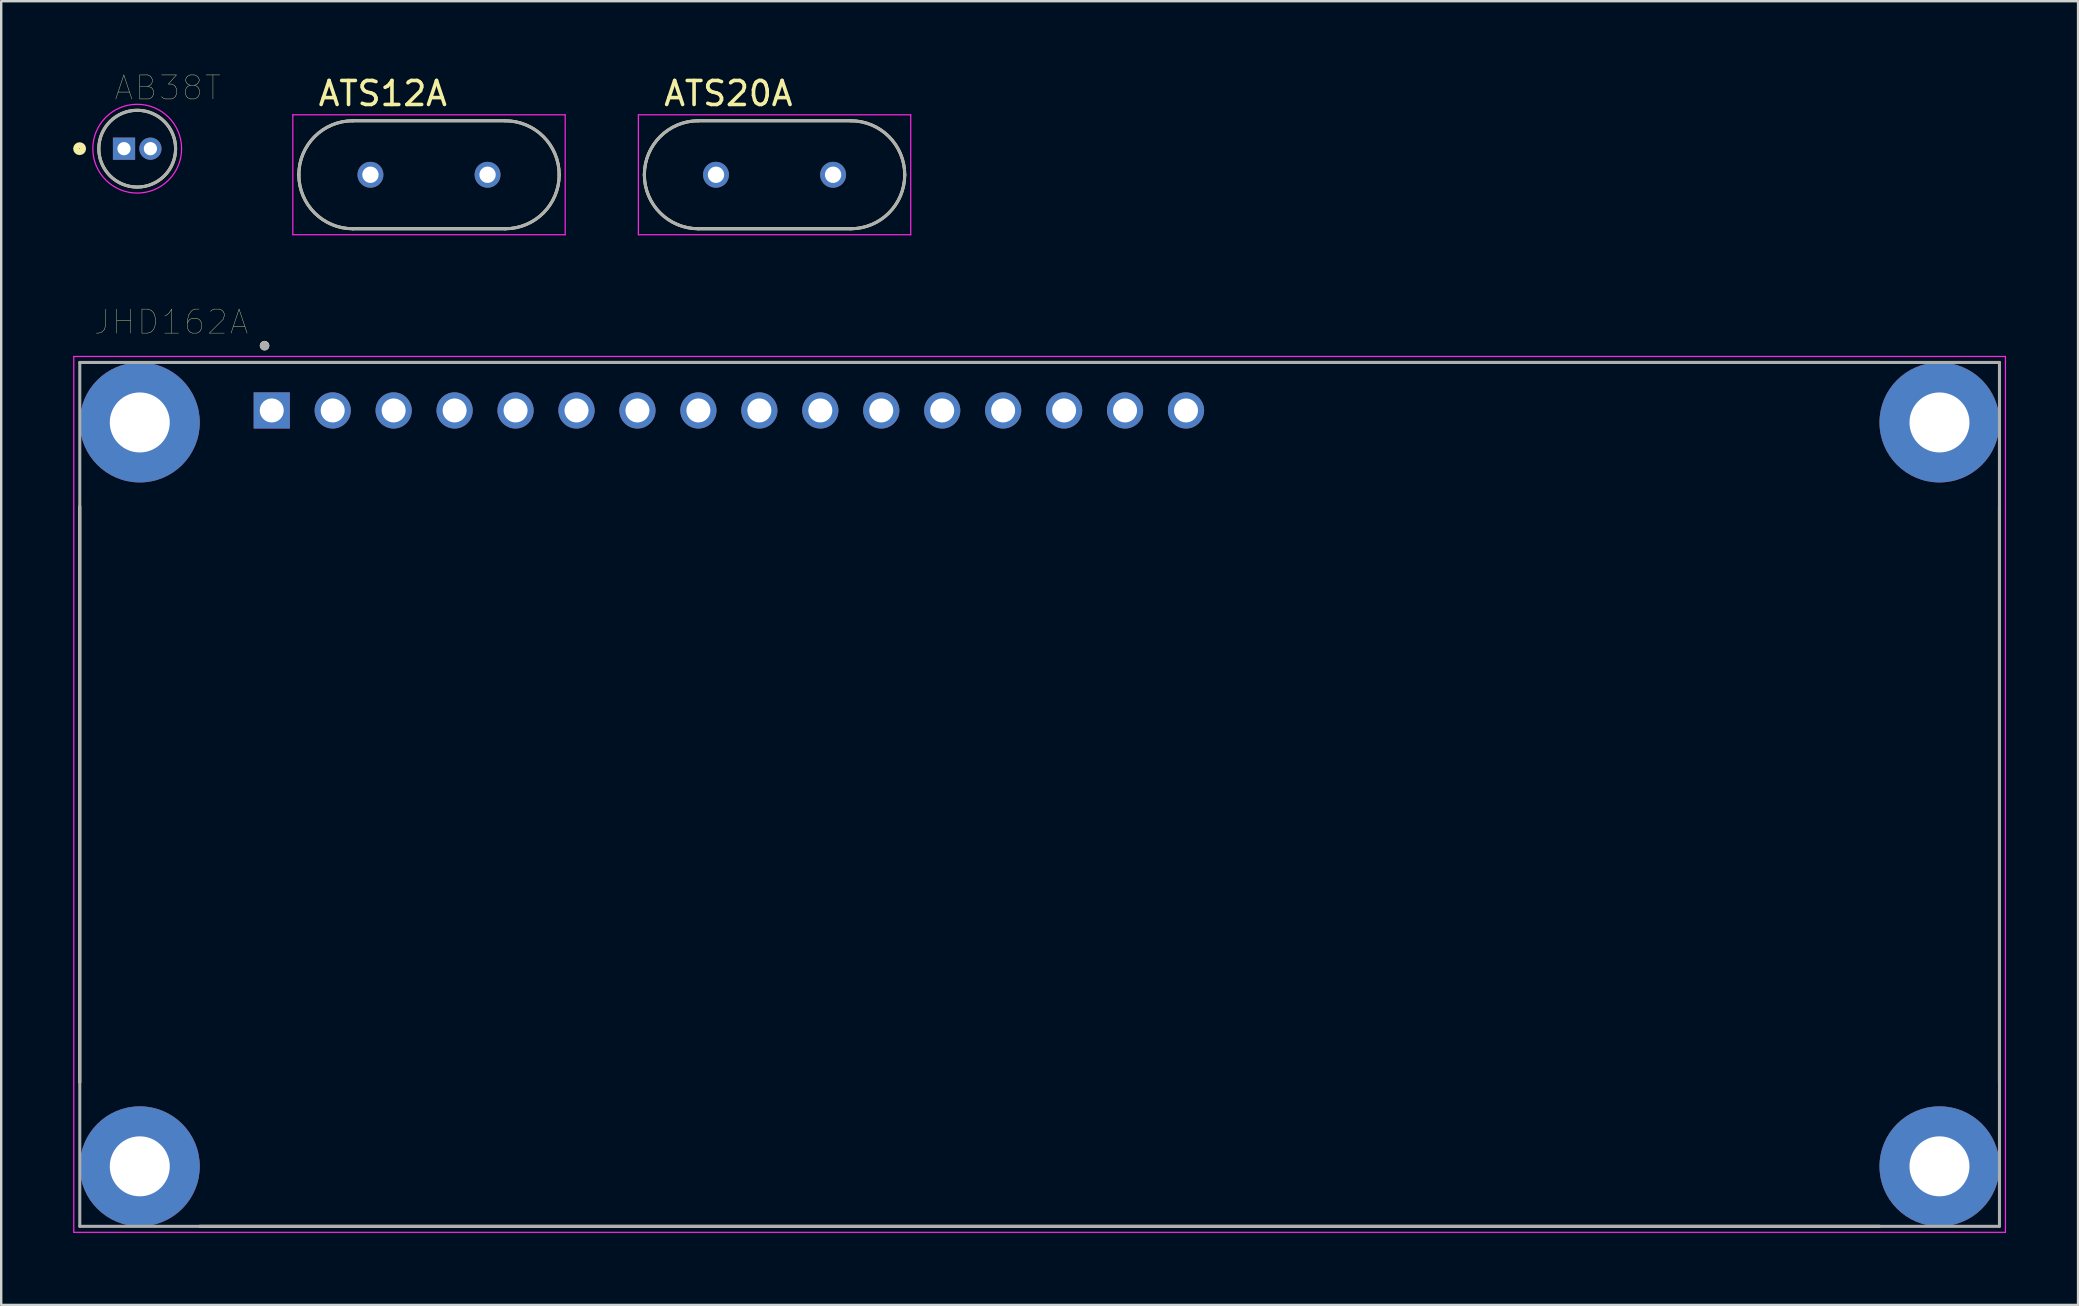
<source format=kicad_pcb>
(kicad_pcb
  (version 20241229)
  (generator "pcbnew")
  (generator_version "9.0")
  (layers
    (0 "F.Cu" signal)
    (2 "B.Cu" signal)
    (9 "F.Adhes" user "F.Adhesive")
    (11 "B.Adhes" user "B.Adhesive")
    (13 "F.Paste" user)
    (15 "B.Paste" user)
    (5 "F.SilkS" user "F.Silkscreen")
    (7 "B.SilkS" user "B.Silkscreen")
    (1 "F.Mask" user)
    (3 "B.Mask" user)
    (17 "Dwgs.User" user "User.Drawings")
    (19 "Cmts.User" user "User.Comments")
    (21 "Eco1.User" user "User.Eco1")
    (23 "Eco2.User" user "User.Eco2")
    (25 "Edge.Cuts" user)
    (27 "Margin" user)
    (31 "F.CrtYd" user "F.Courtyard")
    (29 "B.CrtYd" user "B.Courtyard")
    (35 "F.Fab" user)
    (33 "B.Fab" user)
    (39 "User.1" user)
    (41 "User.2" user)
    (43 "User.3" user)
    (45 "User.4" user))
  (footprint "ATS12A"
    (layer "F.Cu")
    (at 14.828 4.233)
    (property "Reference" "ATS12A" (at -1.925 -3.385 0) (layer "F.SilkS") (effects (font (size 1 1) (thickness 0.15))))
    (attr through_hole)
    (fp_line (start -3.175 -2.25) (end 3.175 -2.25) (stroke (width 0.127) (type solid)) (layer "F.SilkS"))
    (fp_line (start 3.175 2.25) (end -3.175 2.25) (stroke (width 0.127) (type solid)) (layer "F.SilkS"))
    (fp_arc (start -5.425 0) (mid -4.76599 -1.59099) (end -3.175 -2.25) (stroke (width 0.127) (type solid)) (layer "F.SilkS"))
    (fp_arc (start -3.175 2.25) (mid -4.76599 1.59099) (end -5.425 0) (stroke (width 0.127) (type solid)) (layer "F.SilkS"))
    (fp_arc (start 3.175 -2.25) (mid 4.76599 -1.59099) (end 5.425 0) (stroke (width 0.127) (type solid)) (layer "F.SilkS"))
    (fp_arc (start 5.425 0) (mid 4.76599 1.59099) (end 3.175 2.25) (stroke (width 0.127) (type solid)) (layer "F.SilkS"))
    (fp_line (start -5.675 -2.5) (end 5.675 -2.5) (stroke (width 0.05) (type solid)) (layer "F.CrtYd"))
    (fp_line (start -5.675 2.5) (end -5.675 -2.5) (stroke (width 0.05) (type solid)) (layer "F.CrtYd"))
    (fp_line (start 5.675 -2.5) (end 5.675 2.5) (stroke (width 0.05) (type solid)) (layer "F.CrtYd"))
    (fp_line (start 5.675 2.5) (end -5.675 2.5) (stroke (width 0.05) (type solid)) (layer "F.CrtYd"))
    (fp_line (start -3.175 -2.25) (end 3.175 -2.25) (stroke (width 0.127) (type solid)) (layer "F.Fab"))
    (fp_line (start 3.175 2.25) (end -3.175 2.25) (stroke (width 0.127) (type solid)) (layer "F.Fab"))
    (fp_arc (start -5.425 0) (mid -4.76599 -1.59099) (end -3.175 -2.25) (stroke (width 0.127) (type solid)) (layer "F.Fab"))
    (fp_arc (start -3.175 2.25) (mid -4.76599 1.59099) (end -5.425 0) (stroke (width 0.127) (type solid)) (layer "F.Fab"))
    (fp_arc (start 3.175 -2.25) (mid 4.76599 -1.59099) (end 5.425 0) (stroke (width 0.127) (type solid)) (layer "F.Fab"))
    (fp_arc (start 5.425 0) (mid 4.76599 1.59099) (end 3.175 2.25) (stroke (width 0.127) (type solid)) (layer "F.Fab"))
    (pad "1" thru_hole circle (at -2.44 0) (size 1.08 1.08) (drill 0.68) (layers "*.Cu" "*.Mask"))
    (pad "2" thru_hole circle (at 2.44 0) (size 1.08 1.08) (drill 0.68) (layers "*.Cu" "*.Mask")))
  (footprint "AB38T"
    (layer "F.Cu")
    (at 2.668 3.146)
    (property "Reference" "AB38T" (at 1.275 -2.535 0) (layer "F.SilkS") (effects (font (size 1 1) (thickness 0.015))))
    (attr through_hole)
    (fp_circle (center -2.4 0) (end -2.259 0) (stroke (width 0.254) (type solid)) (fill no) (layer "F.SilkS"))
    (fp_circle (center 0 0) (end 1.6 0) (stroke (width 0.127) (type solid)) (fill no) (layer "F.SilkS"))
    (fp_circle (center 0 0) (end 1.85 0) (stroke (width 0.05) (type solid)) (fill no) (layer "F.CrtYd"))
    (fp_circle (center 0 0) (end 1.6 0) (stroke (width 0.127) (type solid)) (fill no) (layer "F.Fab"))
    (pad "1" thru_hole rect (at -0.55 0) (size 0.925 0.925) (drill 0.55) (layers "*.Cu" "*.Mask"))
    (pad "2" thru_hole circle (at 0.55 0) (size 0.925 0.925) (drill 0.55) (layers "*.Cu" "*.Mask")))
  (footprint "ATS20A"
    (layer "F.Cu")
    (at 29.228 4.233)
    (property "Reference" "ATS20A" (at -1.925 -3.385 0) (layer "F.SilkS") (effects (font (size 1 1) (thickness 0.15))))
    (attr through_hole)
    (fp_line (start -3.175 -2.25) (end 3.175 -2.25) (stroke (width 0.127) (type solid)) (layer "F.SilkS"))
    (fp_line (start 3.175 2.25) (end -3.175 2.25) (stroke (width 0.127) (type solid)) (layer "F.SilkS"))
    (fp_arc (start -5.425 0) (mid -4.76599 -1.59099) (end -3.175 -2.25) (stroke (width 0.127) (type solid)) (layer "F.SilkS"))
    (fp_arc (start -3.175 2.25) (mid -4.76599 1.59099) (end -5.425 0) (stroke (width 0.127) (type solid)) (layer "F.SilkS"))
    (fp_arc (start 3.175 -2.25) (mid 4.76599 -1.59099) (end 5.425 0) (stroke (width 0.127) (type solid)) (layer "F.SilkS"))
    (fp_arc (start 5.425 0) (mid 4.76599 1.59099) (end 3.175 2.25) (stroke (width 0.127) (type solid)) (layer "F.SilkS"))
    (fp_line (start -5.675 -2.5) (end 5.675 -2.5) (stroke (width 0.05) (type solid)) (layer "F.CrtYd"))
    (fp_line (start -5.675 2.5) (end -5.675 -2.5) (stroke (width 0.05) (type solid)) (layer "F.CrtYd"))
    (fp_line (start 5.675 -2.5) (end 5.675 2.5) (stroke (width 0.05) (type solid)) (layer "F.CrtYd"))
    (fp_line (start 5.675 2.5) (end -5.675 2.5) (stroke (width 0.05) (type solid)) (layer "F.CrtYd"))
    (fp_line (start -3.175 -2.25) (end 3.175 -2.25) (stroke (width 0.127) (type solid)) (layer "F.Fab"))
    (fp_line (start 3.175 2.25) (end -3.175 2.25) (stroke (width 0.127) (type solid)) (layer "F.Fab"))
    (fp_arc (start -5.425 0) (mid -4.76599 -1.59099) (end -3.175 -2.25) (stroke (width 0.127) (type solid)) (layer "F.Fab"))
    (fp_arc (start -3.175 2.25) (mid -4.76599 1.59099) (end -5.425 0) (stroke (width 0.127) (type solid)) (layer "F.Fab"))
    (fp_arc (start 3.175 -2.25) (mid 4.76599 -1.59099) (end 5.425 0) (stroke (width 0.127) (type solid)) (layer "F.Fab"))
    (fp_arc (start 5.425 0) (mid 4.76599 1.59099) (end 3.175 2.25) (stroke (width 0.127) (type solid)) (layer "F.Fab"))
    (pad "1" thru_hole circle (at -2.44 0) (size 1.08 1.08) (drill 0.68) (layers "*.Cu" "*.Mask"))
    (pad "2" thru_hole circle (at 2.44 0) (size 1.08 1.08) (drill 0.68) (layers "*.Cu" "*.Mask")))
  (footprint "JHD162A"
    (layer "F.Cu")
    (at 40.275 30.055)
    (property "Reference" "JHD162A" (at -36.195 -19.685 0) (layer "F.SilkS") (effects (font (size 1 1) (thickness 0.015))))
    (attr through_hole)
    (fp_line (start -40 12) (end -40 -12) (stroke (width 0.127) (type solid)) (layer "F.SilkS"))
    (fp_line (start -35 -18) (end 35 -18) (stroke (width 0.127) (type solid)) (layer "F.SilkS"))
    (fp_line (start 35 18) (end -35 18) (stroke (width 0.127) (type solid)) (layer "F.SilkS"))
    (fp_line (start 40 -12) (end 40 12) (stroke (width 0.127) (type solid)) (layer "F.SilkS"))
    (fp_circle (center -32.3 -18.7) (end -32.2 -18.7) (stroke (width 0.2) (type solid)) (fill no) (layer "F.SilkS"))
    (fp_line (start -40.25 -18.25) (end 40.25 -18.25) (stroke (width 0.05) (type solid)) (layer "F.CrtYd"))
    (fp_line (start -40.25 18.25) (end -40.25 -18.25) (stroke (width 0.05) (type solid)) (layer "F.CrtYd"))
    (fp_line (start 40.25 -18.25) (end 40.25 18.25) (stroke (width 0.05) (type solid)) (layer "F.CrtYd"))
    (fp_line (start 40.25 18.25) (end -40.25 18.25) (stroke (width 0.05) (type solid)) (layer "F.CrtYd"))
    (fp_line (start -40 -18) (end -40 18) (stroke (width 0.127) (type solid)) (layer "F.Fab"))
    (fp_line (start -40 -18) (end 40 -18) (stroke (width 0.127) (type solid)) (layer "F.Fab"))
    (fp_line (start -40 18) (end 40 18) (stroke (width 0.127) (type solid)) (layer "F.Fab"))
    (fp_line (start 40 18) (end 40 -18) (stroke (width 0.127) (type solid)) (layer "F.Fab"))
    (fp_circle (center -32.3 -18.7) (end -32.2 -18.7) (stroke (width 0.2) (type solid)) (fill no) (layer "F.Fab"))
    (pad "1" thru_hole rect (at -32 -16) (size 1.508 1.508) (drill 1) (layers "*.Cu" "*.Mask"))
    (pad "2" thru_hole circle (at -29.46 -16) (size 1.508 1.508) (drill 1) (layers "*.Cu" "*.Mask"))
    (pad "3" thru_hole circle (at -26.92 -16) (size 1.508 1.508) (drill 1) (layers "*.Cu" "*.Mask"))
    (pad "4" thru_hole circle (at -24.38 -16) (size 1.508 1.508) (drill 1) (layers "*.Cu" "*.Mask"))
    (pad "5" thru_hole circle (at -21.84 -16) (size 1.508 1.508) (drill 1) (layers "*.Cu" "*.Mask"))
    (pad "6" thru_hole circle (at -19.3 -16) (size 1.508 1.508) (drill 1) (layers "*.Cu" "*.Mask"))
    (pad "7" thru_hole circle (at -16.76 -16) (size 1.508 1.508) (drill 1) (layers "*.Cu" "*.Mask"))
    (pad "8" thru_hole circle (at -14.22 -16) (size 1.508 1.508) (drill 1) (layers "*.Cu" "*.Mask"))
    (pad "9" thru_hole circle (at -11.68 -16) (size 1.508 1.508) (drill 1) (layers "*.Cu" "*.Mask"))
    (pad "10" thru_hole circle (at -9.14 -16) (size 1.508 1.508) (drill 1) (layers "*.Cu" "*.Mask"))
    (pad "11" thru_hole circle (at -6.6 -16) (size 1.508 1.508) (drill 1) (layers "*.Cu" "*.Mask"))
    (pad "12" thru_hole circle (at -4.06 -16) (size 1.508 1.508) (drill 1) (layers "*.Cu" "*.Mask"))
    (pad "13" thru_hole circle (at -1.52 -16) (size 1.508 1.508) (drill 1) (layers "*.Cu" "*.Mask"))
    (pad "14" thru_hole circle (at 1.02 -16) (size 1.508 1.508) (drill 1) (layers "*.Cu" "*.Mask"))
    (pad "15" thru_hole circle (at 3.56 -16) (size 1.508 1.508) (drill 1) (layers "*.Cu" "*.Mask"))
    (pad "16" thru_hole circle (at 6.1 -16) (size 1.508 1.508) (drill 1) (layers "*.Cu" "*.Mask"))
    (pad "S1" thru_hole circle (at -37.5 -15.5) (size 5 5) (drill 2.5) (layers "*.Cu" "*.Mask"))
    (pad "S2" thru_hole circle (at 37.5 -15.5) (size 5 5) (drill 2.5) (layers "*.Cu" "*.Mask"))
    (pad "S3" thru_hole circle (at 37.5 15.5) (size 5 5) (drill 2.5) (layers "*.Cu" "*.Mask"))
    (pad "S4" thru_hole circle (at -37.5 15.5) (size 5 5) (drill 2.5) (layers "*.Cu" "*.Mask")))
  (gr_rect
    (start -3 -3)
    (end 83.55 51.33)
    (stroke (width 0.1) (type default))
    (fill no)
    (layer "Edge.Cuts")))
</source>
